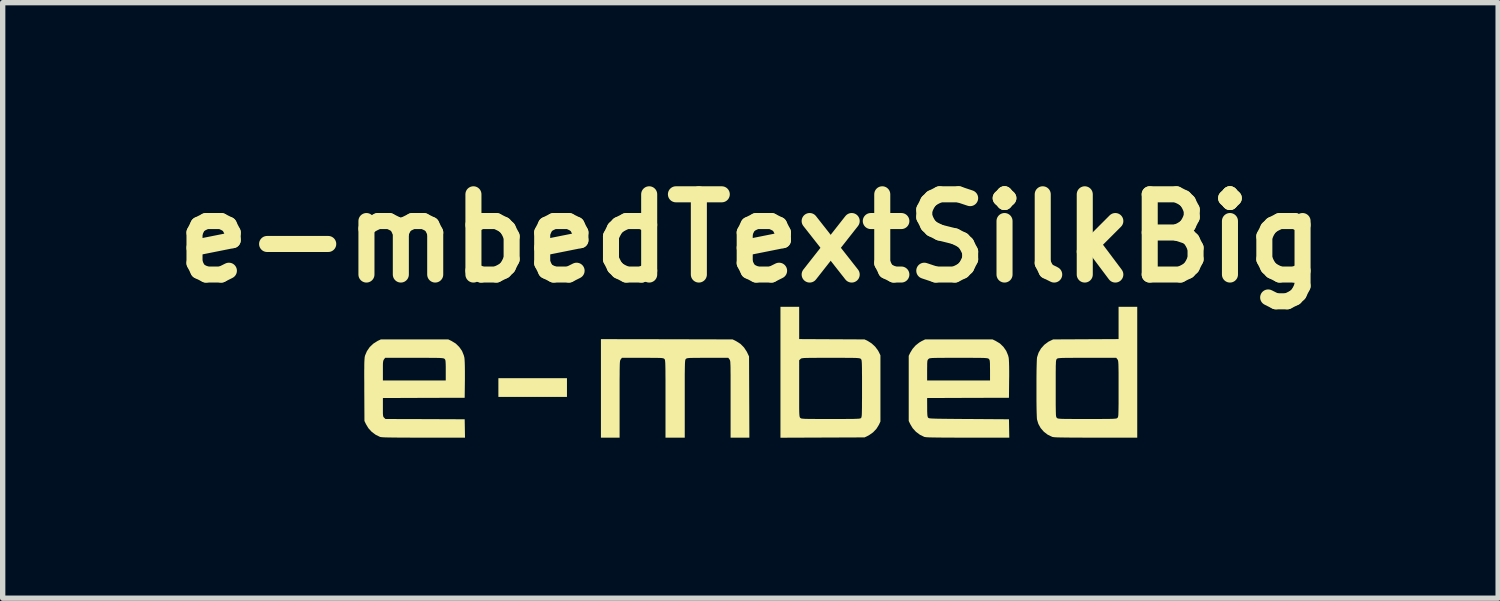
<source format=kicad_pcb>
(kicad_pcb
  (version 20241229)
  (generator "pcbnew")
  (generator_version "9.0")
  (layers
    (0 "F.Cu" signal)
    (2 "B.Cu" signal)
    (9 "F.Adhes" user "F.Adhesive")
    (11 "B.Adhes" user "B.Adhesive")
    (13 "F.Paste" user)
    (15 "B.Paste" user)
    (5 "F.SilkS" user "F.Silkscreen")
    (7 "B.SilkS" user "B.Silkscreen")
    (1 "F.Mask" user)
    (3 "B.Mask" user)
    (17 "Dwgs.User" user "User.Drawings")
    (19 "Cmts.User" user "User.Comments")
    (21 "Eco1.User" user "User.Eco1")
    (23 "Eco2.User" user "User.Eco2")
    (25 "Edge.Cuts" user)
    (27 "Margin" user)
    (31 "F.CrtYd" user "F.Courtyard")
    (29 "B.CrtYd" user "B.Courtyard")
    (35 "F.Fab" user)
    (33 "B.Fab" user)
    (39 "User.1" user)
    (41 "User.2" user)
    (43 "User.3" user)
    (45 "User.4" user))
  (footprint "e-mbedTextSilkBig"
    (layer "F.Cu")
    (at 10.979 3.904)
    (property "Reference" "e-mbedTextSilkBig" (at 0 -2.5 0) (layer "F.SilkS") (effects (font (size 1.5 1.5) (thickness 0.3))))
    (attr board_only exclude_from_pos_files exclude_from_bom)
    (fp_poly (pts (xy -3.43 0.291) (xy -3.43 0.466) (xy -4.071 0.466) (xy -4.712 0.466) (xy -4.712 0.291) (xy -4.712 0.116) (xy -4.071 0.116) (xy -3.43 0.116)) (stroke (width 0) (type solid)) (fill yes) (layer "F.SilkS"))
    (fp_poly (pts (xy -5.59 -0.581) (xy -5.511 -0.533) (xy -5.445 -0.469) (xy -5.392 -0.394) (xy -5.358 -0.31) (xy -5.347 -0.265) (xy -5.344 -0.231) (xy -5.341 -0.177) (xy -5.339 -0.106) (xy -5.338 -0.017) (xy -5.338 0.086) (xy -5.338 0.143) (xy -5.342 0.482) (xy -6.106 0.484) (xy -6.871 0.487) (xy -6.871 0.66) (xy -6.871 0.724) (xy -6.871 0.771) (xy -6.869 0.803) (xy -6.866 0.825) (xy -6.861 0.839) (xy -6.854 0.849) (xy -6.847 0.856) (xy -6.823 0.879) (xy -6.082 0.881) (xy -5.342 0.884) (xy -5.339 1.056) (xy -5.336 1.228) (xy -6.112 1.228) (xy -6.266 1.228) (xy -6.4 1.227) (xy -6.516 1.227) (xy -6.614 1.226) (xy -6.696 1.225) (xy -6.764 1.224) (xy -6.818 1.223) (xy -6.86 1.221) (xy -6.891 1.219) (xy -6.912 1.216) (xy -6.925 1.214) (xy -6.926 1.213) (xy -7.006 1.174) (xy -7.08 1.119) (xy -7.142 1.051) (xy -7.187 0.976) (xy -7.216 0.916) (xy -7.219 0.335) (xy -7.219 0.207) (xy -7.22 0.098) (xy -7.22 0.007) (xy -7.22 -0.025) (xy -6.871 -0.025) (xy -6.871 0.159) (xy -6.284 0.159) (xy -5.696 0.159) (xy -5.696 -0.032) (xy -5.696 -0.1) (xy -5.697 -0.151) (xy -5.699 -0.186) (xy -5.701 -0.21) (xy -5.705 -0.226) (xy -5.711 -0.237) (xy -5.717 -0.244) (xy -5.723 -0.248) (xy -5.729 -0.252) (xy -5.74 -0.255) (xy -5.755 -0.258) (xy -5.777 -0.26) (xy -5.807 -0.262) (xy -5.849 -0.263) (xy -5.902 -0.264) (xy -5.969 -0.264) (xy -6.052 -0.265) (xy -6.152 -0.265) (xy -6.272 -0.265) (xy -6.283 -0.265) (xy -6.828 -0.265) (xy -6.85 -0.237) (xy -6.857 -0.225) (xy -6.863 -0.212) (xy -6.867 -0.192) (xy -6.87 -0.164) (xy -6.871 -0.124) (xy -6.871 -0.068) (xy -6.871 -0.025) (xy -7.22 -0.025) (xy -7.219 -0.068) (xy -7.219 -0.129) (xy -7.218 -0.178) (xy -7.216 -0.217) (xy -7.214 -0.247) (xy -7.212 -0.271) (xy -7.209 -0.289) (xy -7.205 -0.305) (xy -7.205 -0.306) (xy -7.17 -0.389) (xy -7.118 -0.465) (xy -7.051 -0.529) (xy -6.974 -0.578) (xy -6.969 -0.581) (xy -6.909 -0.609) (xy -6.279 -0.609) (xy -5.649 -0.609)) (stroke (width 0) (type solid)) (fill yes) (layer "F.SilkS"))
    (fp_poly (pts (xy -1.564 -0.612) (xy -0.333 -0.609) (xy -0.263 -0.574) (xy -0.186 -0.525) (xy -0.12 -0.458) (xy -0.067 -0.377) (xy -0.06 -0.362) (xy -0.026 -0.291) (xy -0.023 0.469) (xy -0.02 1.228) (xy -0.195 1.228) (xy -0.371 1.228) (xy -0.371 0.51) (xy -0.371 0.369) (xy -0.371 0.248) (xy -0.371 0.145) (xy -0.371 0.058) (xy -0.372 -0.013) (xy -0.372 -0.071) (xy -0.373 -0.118) (xy -0.375 -0.153) (xy -0.376 -0.18) (xy -0.378 -0.2) (xy -0.381 -0.214) (xy -0.384 -0.223) (xy -0.388 -0.23) (xy -0.392 -0.236) (xy -0.393 -0.237) (xy -0.414 -0.265) (xy -0.8 -0.265) (xy -0.901 -0.265) (xy -0.982 -0.264) (xy -1.047 -0.264) (xy -1.097 -0.263) (xy -1.134 -0.262) (xy -1.161 -0.26) (xy -1.18 -0.257) (xy -1.192 -0.254) (xy -1.2 -0.249) (xy -1.207 -0.244) (xy -1.207 -0.244) (xy -1.211 -0.239) (xy -1.215 -0.233) (xy -1.218 -0.224) (xy -1.22 -0.211) (xy -1.222 -0.192) (xy -1.224 -0.166) (xy -1.225 -0.13) (xy -1.226 -0.084) (xy -1.227 -0.027) (xy -1.228 0.045) (xy -1.228 0.131) (xy -1.228 0.234) (xy -1.228 0.355) (xy -1.228 0.495) (xy -1.228 0.503) (xy -1.228 1.228) (xy -1.408 1.228) (xy -1.588 1.228) (xy -1.588 0.503) (xy -1.588 0.361) (xy -1.588 0.24) (xy -1.588 0.136) (xy -1.589 0.049) (xy -1.589 -0.023) (xy -1.59 -0.082) (xy -1.591 -0.128) (xy -1.592 -0.164) (xy -1.594 -0.191) (xy -1.596 -0.21) (xy -1.598 -0.224) (xy -1.601 -0.233) (xy -1.605 -0.239) (xy -1.609 -0.243) (xy -1.609 -0.244) (xy -1.616 -0.249) (xy -1.624 -0.254) (xy -1.636 -0.257) (xy -1.654 -0.26) (xy -1.68 -0.262) (xy -1.717 -0.263) (xy -1.766 -0.264) (xy -1.83 -0.264) (xy -1.911 -0.265) (xy -2.01 -0.265) (xy -2.016 -0.265) (xy -2.402 -0.265) (xy -2.424 -0.237) (xy -2.428 -0.231) (xy -2.432 -0.224) (xy -2.435 -0.215) (xy -2.438 -0.202) (xy -2.44 -0.183) (xy -2.442 -0.157) (xy -2.443 -0.122) (xy -2.444 -0.077) (xy -2.445 -0.021) (xy -2.445 0.049) (xy -2.446 0.134) (xy -2.446 0.235) (xy -2.446 0.354) (xy -2.446 0.493) (xy -2.446 0.51) (xy -2.446 1.228) (xy -2.62 1.228) (xy -2.795 1.228) (xy -2.795 0.307) (xy -2.795 -0.614)) (stroke (width 0) (type solid)) (fill yes) (layer "F.SilkS"))
    (fp_poly (pts (xy 0.911 -0.916) (xy 0.911 -0.615) (xy 1.522 -0.612) (xy 2.133 -0.609) (xy 2.197 -0.578) (xy 2.267 -0.533) (xy 2.331 -0.474) (xy 2.382 -0.406) (xy 2.399 -0.376) (xy 2.43 -0.312) (xy 2.43 0.307) (xy 2.43 0.926) (xy 2.402 0.987) (xy 2.355 1.063) (xy 2.292 1.129) (xy 2.218 1.181) (xy 2.204 1.189) (xy 2.134 1.223) (xy 1.348 1.226) (xy 0.561 1.229) (xy 0.561 0.005) (xy 0.561 -0.219) (xy 0.911 -0.219) (xy 0.911 0.309) (xy 0.911 0.428) (xy 0.911 0.528) (xy 0.911 0.61) (xy 0.911 0.677) (xy 0.912 0.73) (xy 0.913 0.77) (xy 0.915 0.8) (xy 0.917 0.822) (xy 0.92 0.836) (xy 0.923 0.846) (xy 0.927 0.853) (xy 0.932 0.858) (xy 0.937 0.862) (xy 0.944 0.866) (xy 0.954 0.87) (xy 0.969 0.872) (xy 0.991 0.874) (xy 1.022 0.876) (xy 1.063 0.877) (xy 1.116 0.878) (xy 1.183 0.878) (xy 1.265 0.879) (xy 1.365 0.879) (xy 1.484 0.879) (xy 1.5 0.879) (xy 1.623 0.879) (xy 1.726 0.879) (xy 1.811 0.878) (xy 1.881 0.878) (xy 1.936 0.877) (xy 1.979 0.875) (xy 2.011 0.874) (xy 2.033 0.872) (xy 2.049 0.869) (xy 2.059 0.866) (xy 2.066 0.862) (xy 2.066 0.861) (xy 2.071 0.856) (xy 2.074 0.849) (xy 2.077 0.837) (xy 2.08 0.82) (xy 2.082 0.795) (xy 2.083 0.76) (xy 2.084 0.714) (xy 2.085 0.655) (xy 2.085 0.581) (xy 2.086 0.49) (xy 2.086 0.381) (xy 2.086 0.311) (xy 2.086 0.191) (xy 2.086 0.09) (xy 2.085 0.007) (xy 2.085 -0.06) (xy 2.084 -0.113) (xy 2.083 -0.154) (xy 2.081 -0.185) (xy 2.079 -0.207) (xy 2.077 -0.222) (xy 2.073 -0.232) (xy 2.069 -0.238) (xy 2.065 -0.244) (xy 2.059 -0.248) (xy 2.052 -0.252) (xy 2.042 -0.255) (xy 2.027 -0.258) (xy 2.005 -0.26) (xy 1.974 -0.262) (xy 1.933 -0.263) (xy 1.88 -0.264) (xy 1.813 -0.264) (xy 1.73 -0.265) (xy 1.629 -0.265) (xy 1.509 -0.265) (xy 1.501 -0.265) (xy 1.381 -0.265) (xy 1.279 -0.265) (xy 1.195 -0.264) (xy 1.127 -0.264) (xy 1.073 -0.263) (xy 1.031 -0.262) (xy 1 -0.261) (xy 0.977 -0.258) (xy 0.961 -0.256) (xy 0.951 -0.253) (xy 0.943 -0.249) (xy 0.937 -0.244) (xy 0.935 -0.242) (xy 0.911 -0.219) (xy 0.561 -0.219) (xy 0.561 -1.218) (xy 0.736 -1.218) (xy 0.911 -1.218)) (stroke (width 0) (type solid)) (fill yes) (layer "F.SilkS"))
    (fp_poly (pts (xy 4.584 -0.581) (xy 4.664 -0.533) (xy 4.73 -0.469) (xy 4.782 -0.394) (xy 4.817 -0.31) (xy 4.828 -0.265) (xy 4.831 -0.231) (xy 4.834 -0.177) (xy 4.836 -0.106) (xy 4.837 -0.017) (xy 4.837 0.086) (xy 4.836 0.143) (xy 4.833 0.482) (xy 4.068 0.484) (xy 3.303 0.487) (xy 3.304 0.659) (xy 3.304 0.727) (xy 3.306 0.777) (xy 3.308 0.812) (xy 3.313 0.836) (xy 3.318 0.85) (xy 3.32 0.852) (xy 3.324 0.856) (xy 3.329 0.86) (xy 3.337 0.863) (xy 3.349 0.866) (xy 3.368 0.868) (xy 3.393 0.87) (xy 3.428 0.871) (xy 3.473 0.873) (xy 3.53 0.874) (xy 3.601 0.875) (xy 3.686 0.876) (xy 3.788 0.877) (xy 3.907 0.878) (xy 4.046 0.879) (xy 4.085 0.879) (xy 4.833 0.884) (xy 4.836 1.056) (xy 4.839 1.228) (xy 4.063 1.228) (xy 3.909 1.228) (xy 3.775 1.227) (xy 3.659 1.227) (xy 3.561 1.226) (xy 3.478 1.225) (xy 3.411 1.224) (xy 3.357 1.223) (xy 3.315 1.221) (xy 3.284 1.219) (xy 3.263 1.216) (xy 3.25 1.214) (xy 3.249 1.213) (xy 3.169 1.174) (xy 3.095 1.119) (xy 3.033 1.051) (xy 2.988 0.976) (xy 2.959 0.916) (xy 2.959 0.307) (xy 2.959 -0.03) (xy 3.303 -0.03) (xy 3.303 0.159) (xy 3.891 0.159) (xy 4.479 0.159) (xy 4.479 -0.032) (xy 4.478 -0.1) (xy 4.478 -0.151) (xy 4.476 -0.186) (xy 4.474 -0.21) (xy 4.469 -0.226) (xy 4.463 -0.237) (xy 4.457 -0.244) (xy 4.452 -0.248) (xy 4.445 -0.252) (xy 4.435 -0.255) (xy 4.42 -0.258) (xy 4.398 -0.26) (xy 4.367 -0.262) (xy 4.326 -0.263) (xy 4.273 -0.264) (xy 4.205 -0.264) (xy 4.122 -0.265) (xy 4.022 -0.265) (xy 3.902 -0.265) (xy 3.894 -0.265) (xy 3.773 -0.265) (xy 3.672 -0.265) (xy 3.588 -0.264) (xy 3.52 -0.264) (xy 3.466 -0.263) (xy 3.424 -0.262) (xy 3.393 -0.261) (xy 3.37 -0.258) (xy 3.354 -0.256) (xy 3.343 -0.253) (xy 3.336 -0.249) (xy 3.33 -0.244) (xy 3.328 -0.242) (xy 3.319 -0.233) (xy 3.313 -0.222) (xy 3.308 -0.208) (xy 3.306 -0.185) (xy 3.304 -0.151) (xy 3.304 -0.103) (xy 3.303 -0.037) (xy 3.303 -0.03) (xy 2.959 -0.03) (xy 2.959 -0.302) (xy 2.987 -0.36) (xy 3.03 -0.431) (xy 3.088 -0.497) (xy 3.155 -0.55) (xy 3.195 -0.574) (xy 3.266 -0.609) (xy 3.896 -0.609) (xy 4.526 -0.609)) (stroke (width 0) (type solid)) (fill yes) (layer "F.SilkS"))
    (fp_poly (pts (xy 7.231 0.005) (xy 7.231 1.228) (xy 6.456 1.228) (xy 6.302 1.228) (xy 6.167 1.227) (xy 6.052 1.227) (xy 5.953 1.226) (xy 5.871 1.225) (xy 5.804 1.224) (xy 5.75 1.223) (xy 5.708 1.221) (xy 5.677 1.219) (xy 5.656 1.216) (xy 5.643 1.214) (xy 5.642 1.213) (xy 5.558 1.173) (xy 5.485 1.117) (xy 5.425 1.048) (xy 5.382 0.97) (xy 5.358 0.89) (xy 5.355 0.865) (xy 5.353 0.822) (xy 5.351 0.763) (xy 5.349 0.691) (xy 5.348 0.608) (xy 5.347 0.517) (xy 5.347 0.42) (xy 5.347 0.321) (xy 5.347 0.307) (xy 5.707 0.307) (xy 5.707 0.427) (xy 5.707 0.527) (xy 5.707 0.609) (xy 5.708 0.676) (xy 5.709 0.729) (xy 5.71 0.769) (xy 5.711 0.8) (xy 5.713 0.821) (xy 5.716 0.836) (xy 5.72 0.846) (xy 5.724 0.853) (xy 5.728 0.858) (xy 5.733 0.862) (xy 5.74 0.866) (xy 5.75 0.87) (xy 5.765 0.872) (xy 5.787 0.874) (xy 5.818 0.876) (xy 5.859 0.877) (xy 5.912 0.878) (xy 5.979 0.878) (xy 6.062 0.879) (xy 6.162 0.879) (xy 6.282 0.879) (xy 6.294 0.879) (xy 6.416 0.879) (xy 6.518 0.879) (xy 6.602 0.878) (xy 6.671 0.878) (xy 6.725 0.877) (xy 6.767 0.876) (xy 6.799 0.874) (xy 6.822 0.872) (xy 6.837 0.87) (xy 6.848 0.867) (xy 6.855 0.863) (xy 6.86 0.858) (xy 6.861 0.858) (xy 6.866 0.852) (xy 6.87 0.845) (xy 6.873 0.835) (xy 6.876 0.819) (xy 6.878 0.797) (xy 6.879 0.766) (xy 6.88 0.724) (xy 6.881 0.669) (xy 6.882 0.601) (xy 6.882 0.516) (xy 6.882 0.414) (xy 6.882 0.314) (xy 6.882 0.195) (xy 6.882 0.096) (xy 6.882 0.014) (xy 6.881 -0.052) (xy 6.88 -0.104) (xy 6.879 -0.145) (xy 6.877 -0.175) (xy 6.875 -0.197) (xy 6.872 -0.212) (xy 6.869 -0.223) (xy 6.865 -0.23) (xy 6.86 -0.237) (xy 6.838 -0.265) (xy 6.294 -0.265) (xy 6.172 -0.265) (xy 6.07 -0.265) (xy 5.986 -0.264) (xy 5.918 -0.264) (xy 5.863 -0.263) (xy 5.821 -0.262) (xy 5.79 -0.26) (xy 5.767 -0.258) (xy 5.751 -0.256) (xy 5.741 -0.253) (xy 5.734 -0.249) (xy 5.728 -0.244) (xy 5.728 -0.244) (xy 5.723 -0.238) (xy 5.719 -0.231) (xy 5.716 -0.221) (xy 5.713 -0.206) (xy 5.711 -0.183) (xy 5.71 -0.152) (xy 5.708 -0.11) (xy 5.708 -0.056) (xy 5.707 0.012) (xy 5.707 0.096) (xy 5.707 0.198) (xy 5.707 0.307) (xy 5.347 0.307) (xy 5.347 0.221) (xy 5.347 0.123) (xy 5.348 0.03) (xy 5.349 -0.055) (xy 5.351 -0.131) (xy 5.353 -0.194) (xy 5.355 -0.242) (xy 5.358 -0.272) (xy 5.359 -0.277) (xy 5.387 -0.362) (xy 5.433 -0.441) (xy 5.494 -0.509) (xy 5.567 -0.564) (xy 5.601 -0.581) (xy 5.659 -0.609) (xy 6.271 -0.612) (xy 6.882 -0.615) (xy 6.882 -0.916) (xy 6.882 -1.218) (xy 7.057 -1.218) (xy 7.231 -1.218)) (stroke (width 0) (type solid)) (fill yes) (layer "F.SilkS")))
  (gr_rect
    (start -3 -3)
    (end 24.957 8.133)
    (stroke (width 0.1) (type default))
    (fill no)
    (layer "Edge.Cuts")))
</source>
